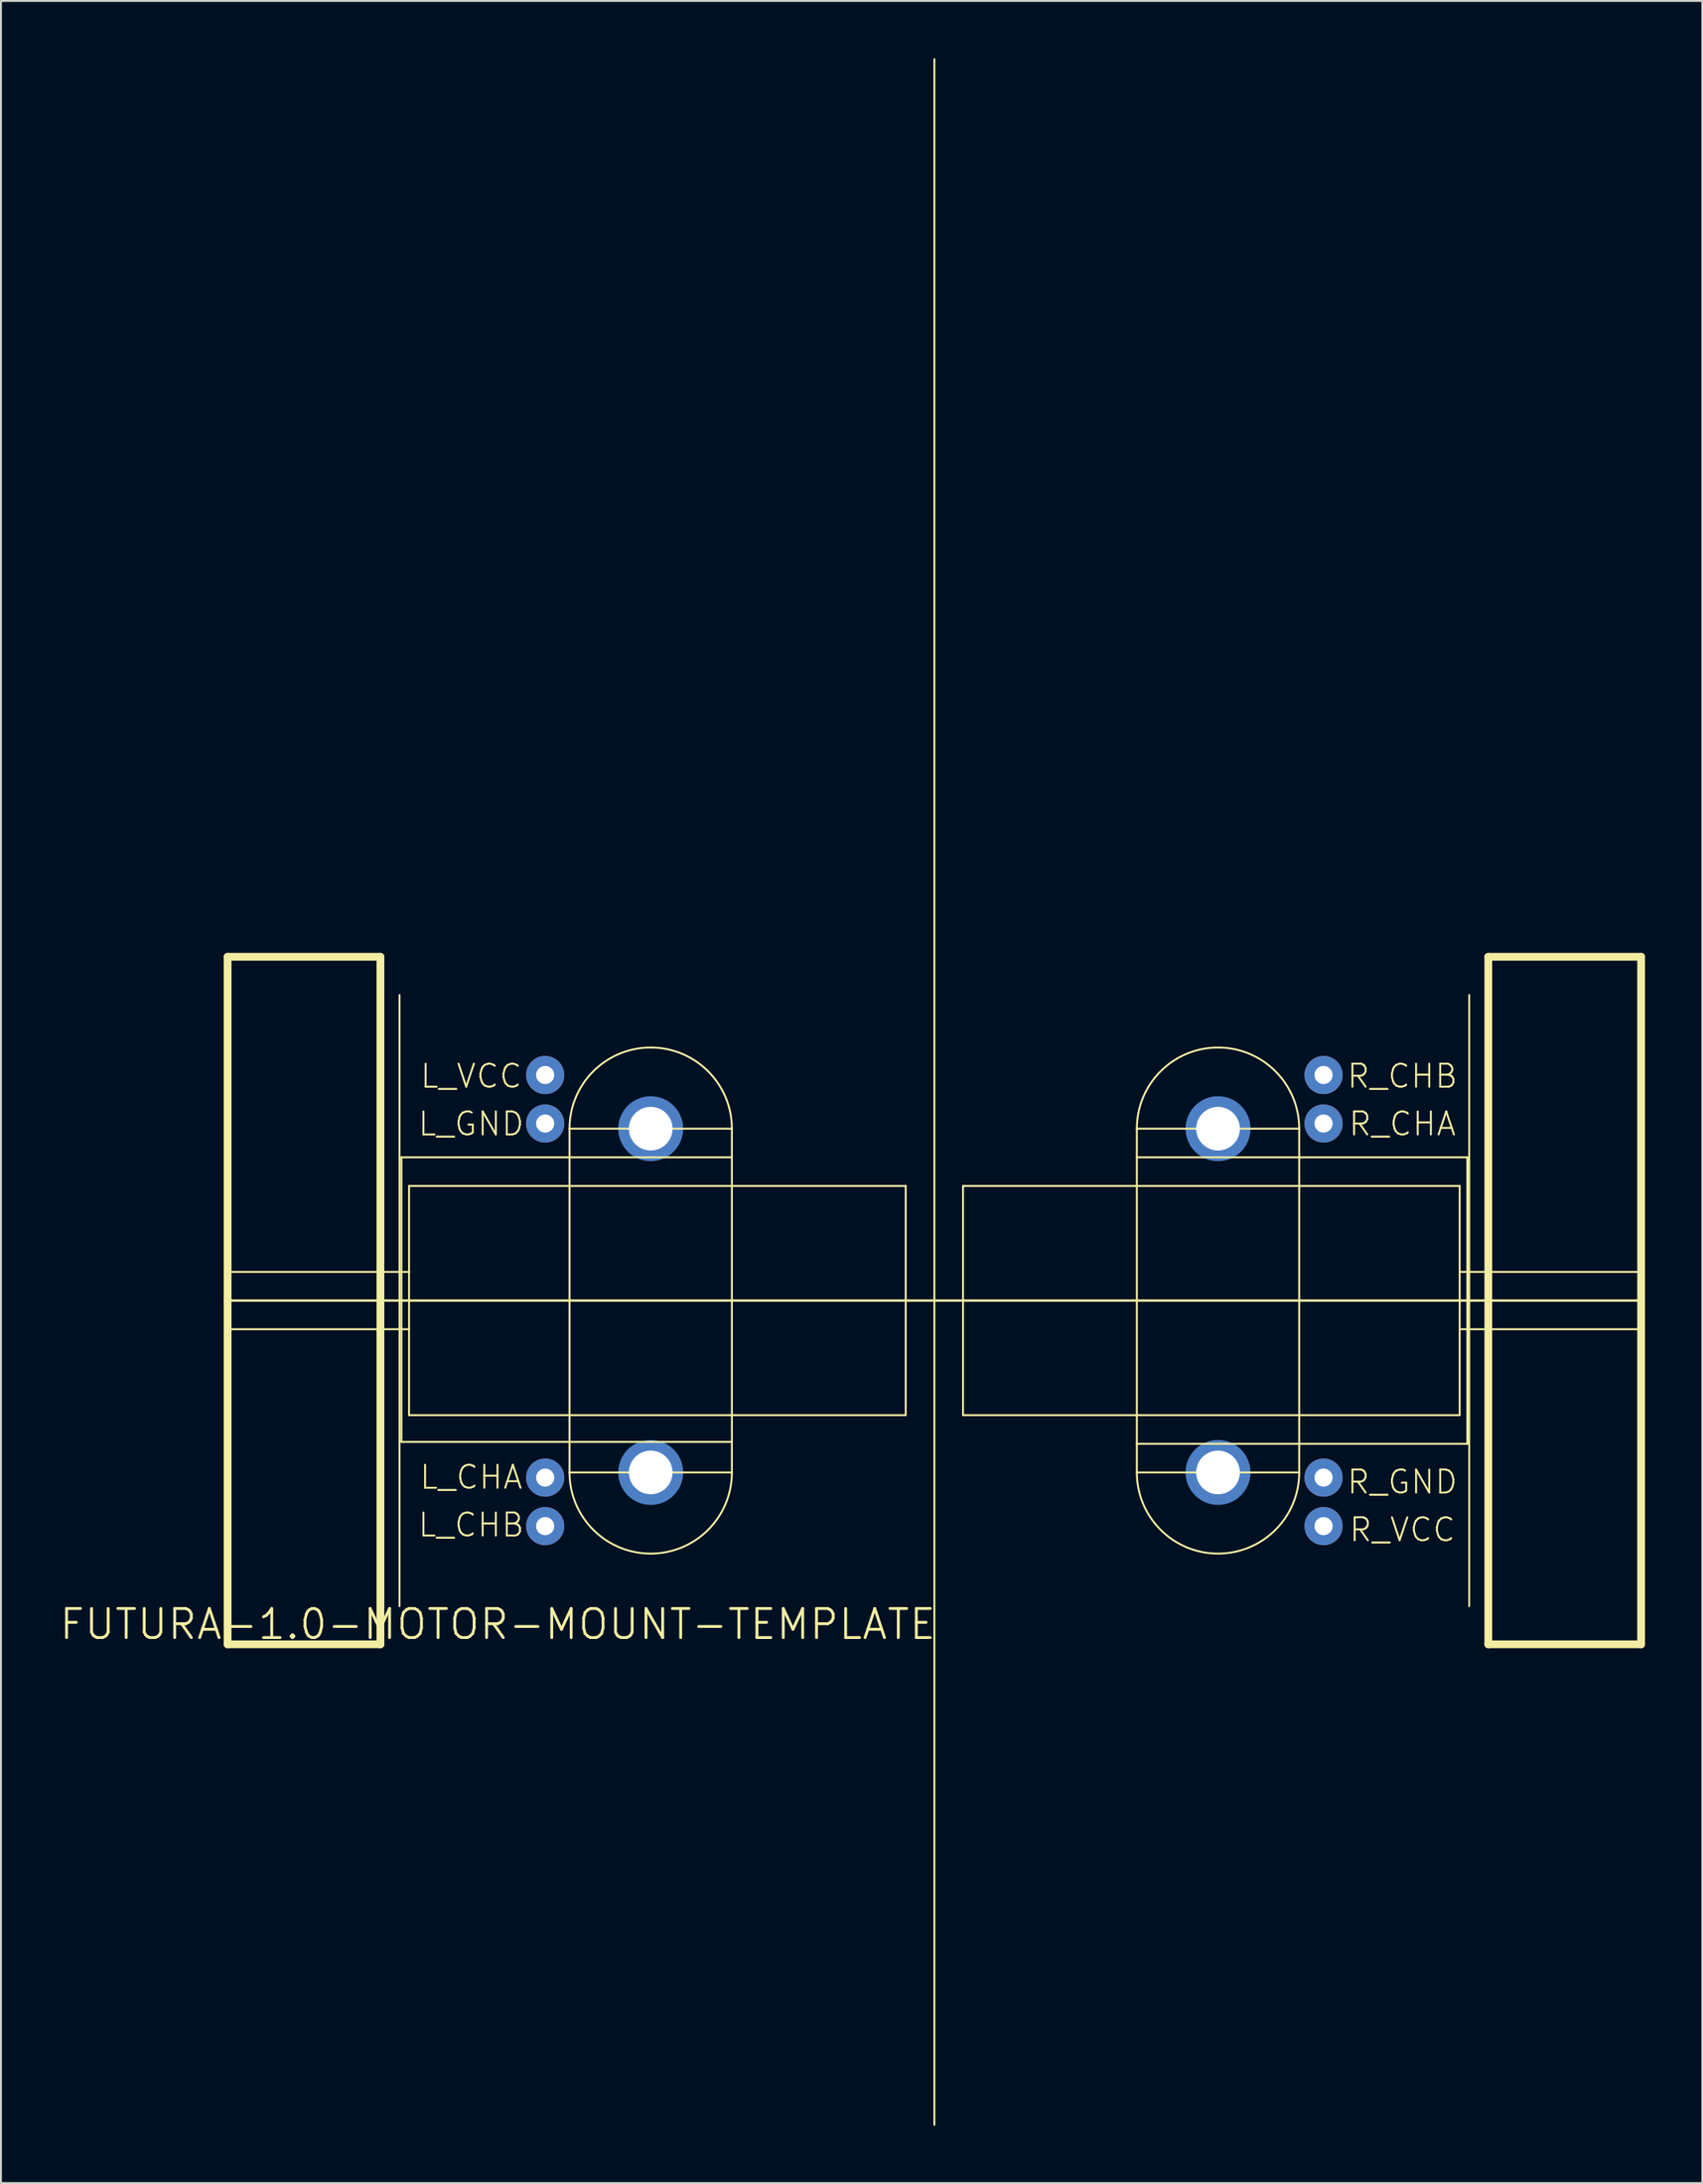
<source format=kicad_pcb>
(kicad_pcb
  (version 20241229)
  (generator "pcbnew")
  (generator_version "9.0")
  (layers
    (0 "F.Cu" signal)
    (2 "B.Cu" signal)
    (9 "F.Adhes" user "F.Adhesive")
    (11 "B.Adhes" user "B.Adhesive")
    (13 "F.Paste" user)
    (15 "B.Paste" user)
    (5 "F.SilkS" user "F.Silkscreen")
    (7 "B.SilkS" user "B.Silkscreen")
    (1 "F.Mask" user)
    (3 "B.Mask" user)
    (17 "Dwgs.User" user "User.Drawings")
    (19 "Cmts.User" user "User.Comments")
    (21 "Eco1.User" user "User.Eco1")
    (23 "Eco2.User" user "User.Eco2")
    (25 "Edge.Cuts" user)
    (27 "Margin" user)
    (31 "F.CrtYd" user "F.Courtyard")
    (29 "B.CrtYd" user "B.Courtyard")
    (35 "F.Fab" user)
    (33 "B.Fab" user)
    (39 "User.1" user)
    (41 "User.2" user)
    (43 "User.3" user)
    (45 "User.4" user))
  (footprint "FUTURA-1.0-MOTOR-MOUNT-TEMPLATE"
    (layer "F.Cu")
    (at 45.865 101.05)
    (property "Reference" "FUTURA-1.0-MOTOR-MOUNT-TEMPLATE" (at -22.86 -19.05 0) (layer "F.SilkS") (effects (font (size 1.524 1.524) (thickness 0.15))))
    (attr through_hole)
    (fp_circle (center -14.85 -45) (end -13.45 -45) (stroke (width 0.6) (type solid)) (fill no) (layer "B.Cu"))
    (fp_circle (center -14.85 -27) (end -13.45 -27) (stroke (width 0.6) (type solid)) (fill no) (layer "B.Cu"))
    (fp_circle (center 14.85 -45) (end 16.25 -45) (stroke (width 0.6) (type solid)) (fill no) (layer "B.Cu"))
    (fp_circle (center 14.85 -27) (end 16.25 -27) (stroke (width 0.6) (type solid)) (fill no) (layer "B.Cu"))
    (fp_line (start -37 -54) (end -29 -54) (stroke (width 0.406) (type solid)) (layer "F.SilkS"))
    (fp_line (start -37 -36) (end -37 -54) (stroke (width 0.406) (type solid)) (layer "F.SilkS"))
    (fp_line (start -37 -36) (end -37 -37.5) (stroke (width 0.1) (type solid)) (layer "F.SilkS"))
    (fp_line (start -37 -36) (end 37 -36) (stroke (width 0.127) (type solid)) (layer "F.SilkS"))
    (fp_line (start -37 -34.5) (end -37 -36) (stroke (width 0.1) (type solid)) (layer "F.SilkS"))
    (fp_line (start -37 -18) (end -37 -36) (stroke (width 0.406) (type solid)) (layer "F.SilkS"))
    (fp_line (start -36.99 -34.5) (end -27.5 -34.5) (stroke (width 0.1) (type solid)) (layer "F.SilkS"))
    (fp_line (start -29 -54) (end -29 -18) (stroke (width 0.406) (type solid)) (layer "F.SilkS"))
    (fp_line (start -29 -18) (end -37 -18) (stroke (width 0.406) (type solid)) (layer "F.SilkS"))
    (fp_line (start -28 -52) (end -28 -20) (stroke (width 0.1) (type solid)) (layer "F.SilkS"))
    (fp_line (start -27.9 -43.5) (end -27.9 -28.6) (stroke (width 0.1) (type solid)) (layer "F.SilkS"))
    (fp_line (start -27.9 -28.6) (end -19.1 -28.6) (stroke (width 0.1) (type solid)) (layer "F.SilkS"))
    (fp_line (start -27.5 -42) (end -27.5 -37.5) (stroke (width 0.1) (type solid)) (layer "F.SilkS"))
    (fp_line (start -27.5 -37.5) (end -36.99 -37.5) (stroke (width 0.1) (type solid)) (layer "F.SilkS"))
    (fp_line (start -27.5 -37.5) (end -27.5 -34.5) (stroke (width 0.1) (type solid)) (layer "F.SilkS"))
    (fp_line (start -27.5 -34.5) (end -27.5 -30) (stroke (width 0.1) (type solid)) (layer "F.SilkS"))
    (fp_line (start -27.5 -30) (end -1.5 -30) (stroke (width 0.1) (type solid)) (layer "F.SilkS"))
    (fp_line (start -19.1 -45) (end -19.1 -43.5) (stroke (width 0.1) (type solid)) (layer "F.SilkS"))
    (fp_line (start -19.1 -45) (end -10.6 -45) (stroke (width 0.1) (type solid)) (layer "F.SilkS"))
    (fp_line (start -19.1 -43.5) (end -27.9 -43.5) (stroke (width 0.1) (type solid)) (layer "F.SilkS"))
    (fp_line (start -19.1 -28.6) (end -19.1 -43.5) (stroke (width 0.1) (type solid)) (layer "F.SilkS"))
    (fp_line (start -19.1 -28.6) (end -19.1 -27) (stroke (width 0.1) (type solid)) (layer "F.SilkS"))
    (fp_line (start -19.1 -28.6) (end -10.6 -28.6) (stroke (width 0.1) (type solid)) (layer "F.SilkS"))
    (fp_line (start -19.1 -27) (end -10.6 -27) (stroke (width 0.1) (type solid)) (layer "F.SilkS"))
    (fp_line (start -10.6 -45) (end -10.6 -43.5) (stroke (width 0.1) (type solid)) (layer "F.SilkS"))
    (fp_line (start -10.6 -43.5) (end -19.1 -43.5) (stroke (width 0.1) (type solid)) (layer "F.SilkS"))
    (fp_line (start -10.6 -28.6) (end -10.6 -43.5) (stroke (width 0.1) (type solid)) (layer "F.SilkS"))
    (fp_line (start -10.6 -27) (end -10.6 -28.6) (stroke (width 0.1) (type solid)) (layer "F.SilkS"))
    (fp_line (start -1.5 -42) (end -27.5 -42) (stroke (width 0.1) (type solid)) (layer "F.SilkS"))
    (fp_line (start -1.5 -30) (end -1.5 -42) (stroke (width 0.1) (type solid)) (layer "F.SilkS"))
    (fp_line (start 0 7.16) (end 0 -101) (stroke (width 0.1) (type solid)) (layer "F.SilkS"))
    (fp_line (start 1.5 -42) (end 1.5 -30) (stroke (width 0.1) (type solid)) (layer "F.SilkS"))
    (fp_line (start 1.5 -30) (end 27.5 -30) (stroke (width 0.1) (type solid)) (layer "F.SilkS"))
    (fp_line (start 10.6 -45) (end 10.6 -43.5) (stroke (width 0.1) (type solid)) (layer "F.SilkS"))
    (fp_line (start 10.6 -43.5) (end 10.6 -28.5) (stroke (width 0.1) (type solid)) (layer "F.SilkS"))
    (fp_line (start 10.6 -28.5) (end 19.1 -28.5) (stroke (width 0.1) (type solid)) (layer "F.SilkS"))
    (fp_line (start 10.6 -27) (end 10.6 -28.5) (stroke (width 0.1) (type solid)) (layer "F.SilkS"))
    (fp_line (start 19.1 -45) (end 10.6 -45) (stroke (width 0.1) (type solid)) (layer "F.SilkS"))
    (fp_line (start 19.1 -43.5) (end 10.6 -43.5) (stroke (width 0.1) (type solid)) (layer "F.SilkS"))
    (fp_line (start 19.1 -43.5) (end 19.1 -45) (stroke (width 0.1) (type solid)) (layer "F.SilkS"))
    (fp_line (start 19.1 -43.5) (end 19.1 -28.5) (stroke (width 0.1) (type solid)) (layer "F.SilkS"))
    (fp_line (start 19.1 -28.5) (end 27.9 -28.5) (stroke (width 0.1) (type solid)) (layer "F.SilkS"))
    (fp_line (start 19.1 -27) (end 10.6 -27) (stroke (width 0.1) (type solid)) (layer "F.SilkS"))
    (fp_line (start 19.1 -27) (end 19.1 -28.5) (stroke (width 0.1) (type solid)) (layer "F.SilkS"))
    (fp_line (start 27.5 -42) (end 1.5 -42) (stroke (width 0.1) (type solid)) (layer "F.SilkS"))
    (fp_line (start 27.5 -37.5) (end 27.5 -42) (stroke (width 0.1) (type solid)) (layer "F.SilkS"))
    (fp_line (start 27.5 -34.5) (end 27.5 -37.5) (stroke (width 0.1) (type solid)) (layer "F.SilkS"))
    (fp_line (start 27.5 -34.5) (end 36.99 -34.5) (stroke (width 0.1) (type solid)) (layer "F.SilkS"))
    (fp_line (start 27.5 -30) (end 27.5 -34.5) (stroke (width 0.1) (type solid)) (layer "F.SilkS"))
    (fp_line (start 27.9 -43.5) (end 19.1 -43.5) (stroke (width 0.1) (type solid)) (layer "F.SilkS"))
    (fp_line (start 27.9 -28.5) (end 27.9 -43.5) (stroke (width 0.1) (type solid)) (layer "F.SilkS"))
    (fp_line (start 28 -20) (end 28 -52) (stroke (width 0.1) (type solid)) (layer "F.SilkS"))
    (fp_line (start 29 -54) (end 37 -54) (stroke (width 0.406) (type solid)) (layer "F.SilkS"))
    (fp_line (start 29 -18) (end 29 -54) (stroke (width 0.406) (type solid)) (layer "F.SilkS"))
    (fp_line (start 36.99 -37.5) (end 27.5 -37.5) (stroke (width 0.1) (type solid)) (layer "F.SilkS"))
    (fp_line (start 37 -54) (end 37 -36) (stroke (width 0.406) (type solid)) (layer "F.SilkS"))
    (fp_line (start 37 -37.5) (end 37 -36) (stroke (width 0.1) (type solid)) (layer "F.SilkS"))
    (fp_line (start 37 -36) (end 37 -34.5) (stroke (width 0.1) (type solid)) (layer "F.SilkS"))
    (fp_line (start 37 -36) (end 37 -18) (stroke (width 0.406) (type solid)) (layer "F.SilkS"))
    (fp_line (start 37 -18) (end 29 -18) (stroke (width 0.406) (type solid)) (layer "F.SilkS"))
    (fp_arc (start -19.1 -45) (mid -14.85 -49.25) (end -10.6 -45) (stroke (width 0.1) (type solid)) (layer "F.SilkS"))
    (fp_arc (start -10.6 -27) (mid -14.85 -22.75) (end -19.1 -27) (stroke (width 0.1) (type solid)) (layer "F.SilkS"))
    (fp_arc (start 10.6 -45) (mid 14.85 -49.25) (end 19.1 -45) (stroke (width 0.1) (type solid)) (layer "F.SilkS"))
    (fp_arc (start 19.1 -27) (mid 14.85 -22.75) (end 10.6 -27) (stroke (width 0.1) (type solid)) (layer "F.SilkS"))
    (fp_text user "R_CHB" (at 24.5 -47.75 0) (layer "F.SilkS") (effects (font (size 1.206 1.206) (thickness 0.102))))
    (fp_text user "R_GND" (at 24.5 -26.5 0) (layer "F.SilkS") (effects (font (size 1.206 1.206) (thickness 0.102))))
    (fp_text user "L_CHA" (at -24.25 -26.75 0) (layer "F.SilkS") (effects (font (size 1.206 1.206) (thickness 0.102))))
    (fp_text user "R_VCC" (at 24.5 -24 0) (layer "F.SilkS") (effects (font (size 1.206 1.206) (thickness 0.102))))
    (fp_text user "L_VCC" (at -24.25 -47.75 0) (layer "F.SilkS") (effects (font (size 1.206 1.206) (thickness 0.102))))
    (fp_text user "L_CHB" (at -24.25 -24.25 0) (layer "F.SilkS") (effects (font (size 1.206 1.206) (thickness 0.102))))
    (fp_text user "L_GND" (at -24.25 -45.25 0) (layer "F.SilkS") (effects (font (size 1.206 1.206) (thickness 0.102))))
    (fp_text user "R_CHA" (at 24.5 -45.25 0) (layer "F.SilkS") (effects (font (size 1.206 1.206) (thickness 0.102))))
    (pad "" np_thru_hole circle (at -14.85 -45) (size 2.286 2.286) (drill 2.286) (layers "*.Cu"))
    (pad "" np_thru_hole circle (at -14.85 -27) (size 2.286 2.286) (drill 2.286) (layers "*.Cu"))
    (pad "" np_thru_hole circle (at 14.85 -45) (size 2.286 2.286) (drill 2.286) (layers "*.Cu"))
    (pad "" np_thru_hole circle (at 14.85 -27) (size 2.286 2.286) (drill 2.286) (layers "*.Cu"))
    (pad "L_CA" thru_hole circle (at -20.375 -26.73) (size 2 2) (drill 0.95) (layers "*.Cu" "*.Mask"))
    (pad "L_CB" thru_hole circle (at -20.375 -24.19) (size 2 2) (drill 0.95) (layers "*.Cu" "*.Mask"))
    (pad "L_GN" thru_hole circle (at -20.375 -45.27) (size 2 2) (drill 0.95) (layers "*.Cu" "*.Mask"))
    (pad "L_VC" thru_hole circle (at -20.375 -47.81) (size 2 2) (drill 0.95) (layers "*.Cu" "*.Mask"))
    (pad "R_CA" thru_hole circle (at 20.375 -45.27) (size 2 2) (drill 0.95) (layers "*.Cu" "*.Mask"))
    (pad "R_CB" thru_hole circle (at 20.375 -47.81) (size 2 2) (drill 0.95) (layers "*.Cu" "*.Mask"))
    (pad "R_GN" thru_hole circle (at 20.375 -26.73) (size 2 2) (drill 0.95) (layers "*.Cu" "*.Mask"))
    (pad "R_VC" thru_hole circle (at 20.375 -24.19) (size 2 2) (drill 0.95) (layers "*.Cu" "*.Mask")))
  (gr_rect
    (start -3 -3)
    (end 86.068 111.26)
    (stroke (width 0.1) (type default))
    (fill no)
    (layer "Edge.Cuts")))
</source>
